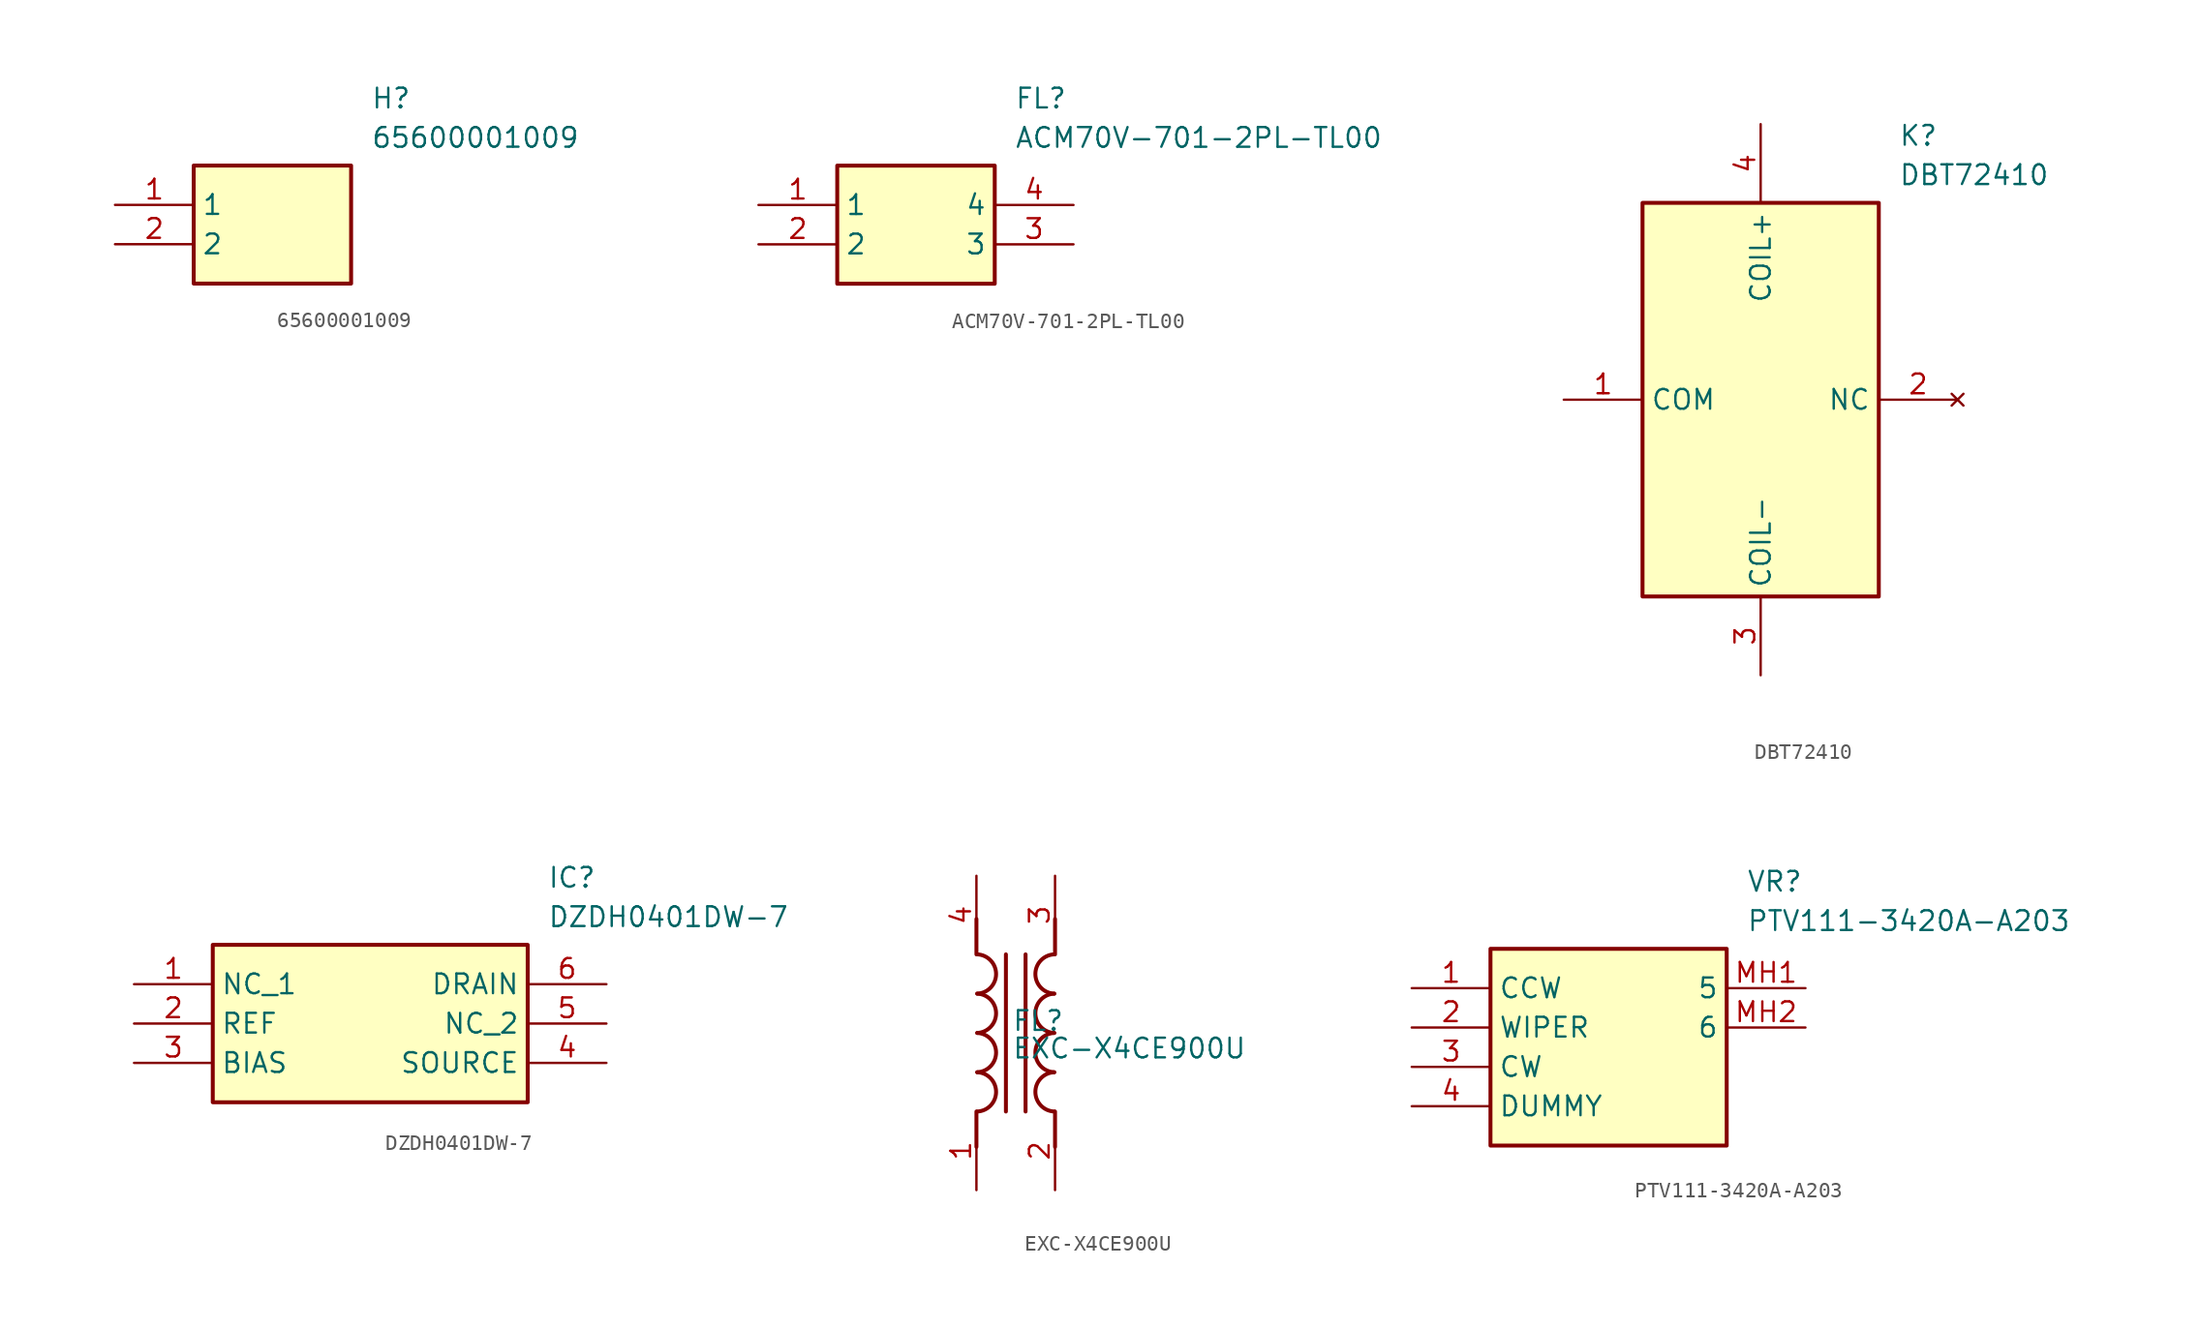
<source format=kicad_sym>
(kicad_symbol_lib
  (version 20231120)
  (generator "kicad_symbol_editor")
  (generator_version "8.0")
  (symbol "65600001009"
    (property "Reference" "H"
      (at 16.51 7.62 0)
      (effects (font (size 1.27 1.27)) (justify left top)))
    (property "Value" "65600001009"
      (at 16.51 5.08 0)
      (effects (font (size 1.27 1.27)) (justify left top)))
    (rectangle
      (start 5.08 2.54)
      (end 15.24 -5.08)
      (stroke (width 0.254) (type default))
      (fill (type background)))
    (pin passive line
      (at 0 0 0)
      (length 5.08)
      (name "1" (effects (font (size 1.27 1.27))))
      (number "1" (effects (font (size 1.27 1.27)))))
    (pin passive line
      (at 0 -2.54 0)
      (length 5.08)
      (name "2" (effects (font (size 1.27 1.27))))
      (number "2" (effects (font (size 1.27 1.27))))))
  (symbol "ACM70V-701-2PL-TL00"
    (property "Reference" "FL"
      (at 16.51 7.62 0)
      (effects (font (size 1.27 1.27)) (justify left top)))
    (property "Value" "ACM70V-701-2PL-TL00"
      (at 16.51 5.08 0)
      (effects (font (size 1.27 1.27)) (justify left top)))
    (symbol "ACM70V-701-2PL-TL00_1_1"
      (rectangle (start 5.08 2.54) (end 15.24 -5.08) (stroke (width 0.254) (type default)) (fill (type background)))
      (pin passive line (at 0 0 0) (length 5.08) (name "1" (effects (font (size 1.27 1.27)))) (number "1" (effects (font (size 1.27 1.27)))))
      (pin passive line (at 0 -2.54 0) (length 5.08) (name "2" (effects (font (size 1.27 1.27)))) (number "2" (effects (font (size 1.27 1.27)))))
      (pin passive line (at 20.32 -2.54 180) (length 5.08) (name "3" (effects (font (size 1.27 1.27)))) (number "3" (effects (font (size 1.27 1.27)))))
      (pin passive line (at 20.32 0 180) (length 5.08) (name "4" (effects (font (size 1.27 1.27)))) (number "4" (effects (font (size 1.27 1.27)))))))
  (symbol "DBT72410"
    (property "Reference" "K"
      (at 21.59 17.78 0)
      (effects (font (size 1.27 1.27)) (justify left top)))
    (property "Value" "DBT72410"
      (at 21.59 15.24 0)
      (effects (font (size 1.27 1.27)) (justify left top)))
    (rectangle
      (start 5.08 12.7)
      (end 20.32 -12.7)
      (stroke (width 0.254) (type default))
      (fill (type background)))
    (pin passive line
      (at 0 0 0)
      (length 5.08)
      (name "COM" (effects (font (size 1.27 1.27))))
      (number "1" (effects (font (size 1.27 1.27)))))
    (pin no_connect line
      (at 25.4 0 180)
      (length 5.08)
      (name "NC" (effects (font (size 1.27 1.27))))
      (number "2" (effects (font (size 1.27 1.27)))))
    (pin passive line
      (at 12.7 -17.78 90)
      (length 5.08)
      (name "COIL-" (effects (font (size 1.27 1.27))))
      (number "3" (effects (font (size 1.27 1.27)))))
    (pin passive line
      (at 12.7 17.78 270)
      (length 5.08)
      (name "COIL+" (effects (font (size 1.27 1.27))))
      (number "4" (effects (font (size 1.27 1.27))))))
  (symbol "DZDH0401DW-7"
    (property "Reference" "IC"
      (at 26.67 7.62 0)
      (effects (font (size 1.27 1.27)) (justify left top)))
    (property "Value" "DZDH0401DW-7"
      (at 26.67 5.08 0)
      (effects (font (size 1.27 1.27)) (justify left top)))
    (rectangle
      (start 5.08 2.54)
      (end 25.4 -7.62)
      (stroke (width 0.254) (type default))
      (fill (type background)))
    (pin passive line
      (at 0 0 0)
      (length 5.08)
      (name "NC_1" (effects (font (size 1.27 1.27))))
      (number "1" (effects (font (size 1.27 1.27)))))
    (pin passive line
      (at 0 -2.54 0)
      (length 5.08)
      (name "REF" (effects (font (size 1.27 1.27))))
      (number "2" (effects (font (size 1.27 1.27)))))
    (pin passive line
      (at 0 -5.08 0)
      (length 5.08)
      (name "BIAS" (effects (font (size 1.27 1.27))))
      (number "3" (effects (font (size 1.27 1.27)))))
    (pin passive line
      (at 30.48 0 180)
      (length 5.08)
      (name "DRAIN" (effects (font (size 1.27 1.27))))
      (number "6" (effects (font (size 1.27 1.27)))))
    (pin passive line
      (at 30.48 -2.54 180)
      (length 5.08)
      (name "NC_2" (effects (font (size 1.27 1.27))))
      (number "5" (effects (font (size 1.27 1.27)))))
    (pin passive line
      (at 30.48 -5.08 180)
      (length 5.08)
      (name "SOURCE" (effects (font (size 1.27 1.27))))
      (number "4" (effects (font (size 1.27 1.27))))))
  (symbol "EXC-X4CE900U"
    (pin_names hide)
    (property "Reference" "FL"
      (at -0.254 1.524 0)
      (effects (font (size 1.27 1.27)) (justify left top)))
    (property "Value" "EXC-X4CE900U"
      (at -0.254 -0.254 0)
      (effects (font (size 1.27 1.27)) (justify left top)))
    (symbol "EXC-X4CE900U_1_1"
      (arc (start -2.488 -5.08) (mid -1.2689 -3.81) (end -2.488 -2.54) (stroke (width 0.254) (type default)) (fill (type none)))
      (arc (start -2.488 -2.54) (mid -1.2689 -1.27) (end -2.488 0) (stroke (width 0.254) (type default)) (fill (type none)))
      (arc (start -2.488 0) (mid -1.2689 1.27) (end -2.488 2.54) (stroke (width 0.254) (type default)) (fill (type none)))
      (arc (start -2.488 2.54) (mid -1.2689 3.81) (end -2.488 5.08) (stroke (width 0.254) (type default)) (fill (type none)))
      (polyline (pts (xy -2.54 -5.08) (xy -2.54 -7.366)) (stroke (width 0.254) (type default)) (fill (type none)))
      (polyline (pts (xy -2.54 5.08) (xy -2.54 7.366)) (stroke (width 0.254) (type default)) (fill (type none)))
      (polyline (pts (xy -0.635 5.08) (xy -0.635 -5.08)) (stroke (width 0.254) (type default)) (fill (type none)))
      (polyline (pts (xy 0.635 5.08) (xy 0.635 -5.08)) (stroke (width 0.254) (type default)) (fill (type none)))
      (polyline (pts (xy 2.54 -5.08) (xy 2.54 -7.366)) (stroke (width 0.254) (type default)) (fill (type none)))
      (polyline (pts (xy 2.54 5.08) (xy 2.54 7.366)) (stroke (width 0.254) (type default)) (fill (type none)))
      (arc (start 2.488 -2.54) (mid 1.2689 -3.81) (end 2.488 -5.08) (stroke (width 0.254) (type default)) (fill (type none)))
      (arc (start 2.488 0) (mid 1.2689 -1.27) (end 2.488 -2.54) (stroke (width 0.254) (type default)) (fill (type none)))
      (arc (start 2.488 2.54) (mid 1.2689 1.27) (end 2.488 0) (stroke (width 0.254) (type default)) (fill (type none)))
      (arc (start 2.488 5.08) (mid 1.2689 3.81) (end 2.488 2.54) (stroke (width 0.254) (type default)) (fill (type none)))
      (pin passive line (at -2.54 -10.16 90) (length 5.08) (name "1" (effects (font (size 1.27 1.27)))) (number "1" (effects (font (size 1.27 1.27)))))
      (pin passive line (at 2.54 -10.16 90) (length 5.08) (name "2" (effects (font (size 1.27 1.27)))) (number "2" (effects (font (size 1.27 1.27)))))
      (pin passive line (at 2.54 10.16 270) (length 5.08) (name "3" (effects (font (size 1.27 1.27)))) (number "3" (effects (font (size 1.27 1.27)))))
      (pin passive line (at -2.54 10.16 270) (length 5.08) (name "4" (effects (font (size 1.27 1.27)))) (number "4" (effects (font (size 1.27 1.27)))))))
  (symbol "PTV111-3420A-A203"
    (property "Reference" "VR"
      (at 21.59 7.62 0)
      (effects (font (size 1.27 1.27)) (justify left top)))
    (property "Value" "PTV111-3420A-A203"
      (at 21.59 5.08 0)
      (effects (font (size 1.27 1.27)) (justify left top)))
    (symbol "PTV111-3420A-A203_1_1"
      (rectangle (start 5.08 2.54) (end 20.32 -10.16) (stroke (width 0.254) (type default)) (fill (type background)))
      (pin passive line (at 0 0 0) (length 5.08) (name "CCW" (effects (font (size 1.27 1.27)))) (number "1" (effects (font (size 1.27 1.27)))))
      (pin passive line (at 0 -2.54 0) (length 5.08) (name "WIPER" (effects (font (size 1.27 1.27)))) (number "2" (effects (font (size 1.27 1.27)))))
      (pin passive line (at 0 -5.08 0) (length 5.08) (name "CW" (effects (font (size 1.27 1.27)))) (number "3" (effects (font (size 1.27 1.27)))))
      (pin passive line (at 0 -7.62 0) (length 5.08) (name "DUMMY" (effects (font (size 1.27 1.27)))) (number "4" (effects (font (size 1.27 1.27)))))
      (pin passive line (at 25.4 0 180) (length 5.08) (name "5" (effects (font (size 1.27 1.27)))) (number "MH1" (effects (font (size 1.27 1.27)))))
      (pin passive line (at 25.4 -2.54 180) (length 5.08) (name "6" (effects (font (size 1.27 1.27)))) (number "MH2" (effects (font (size 1.27 1.27))))))))
</source>
